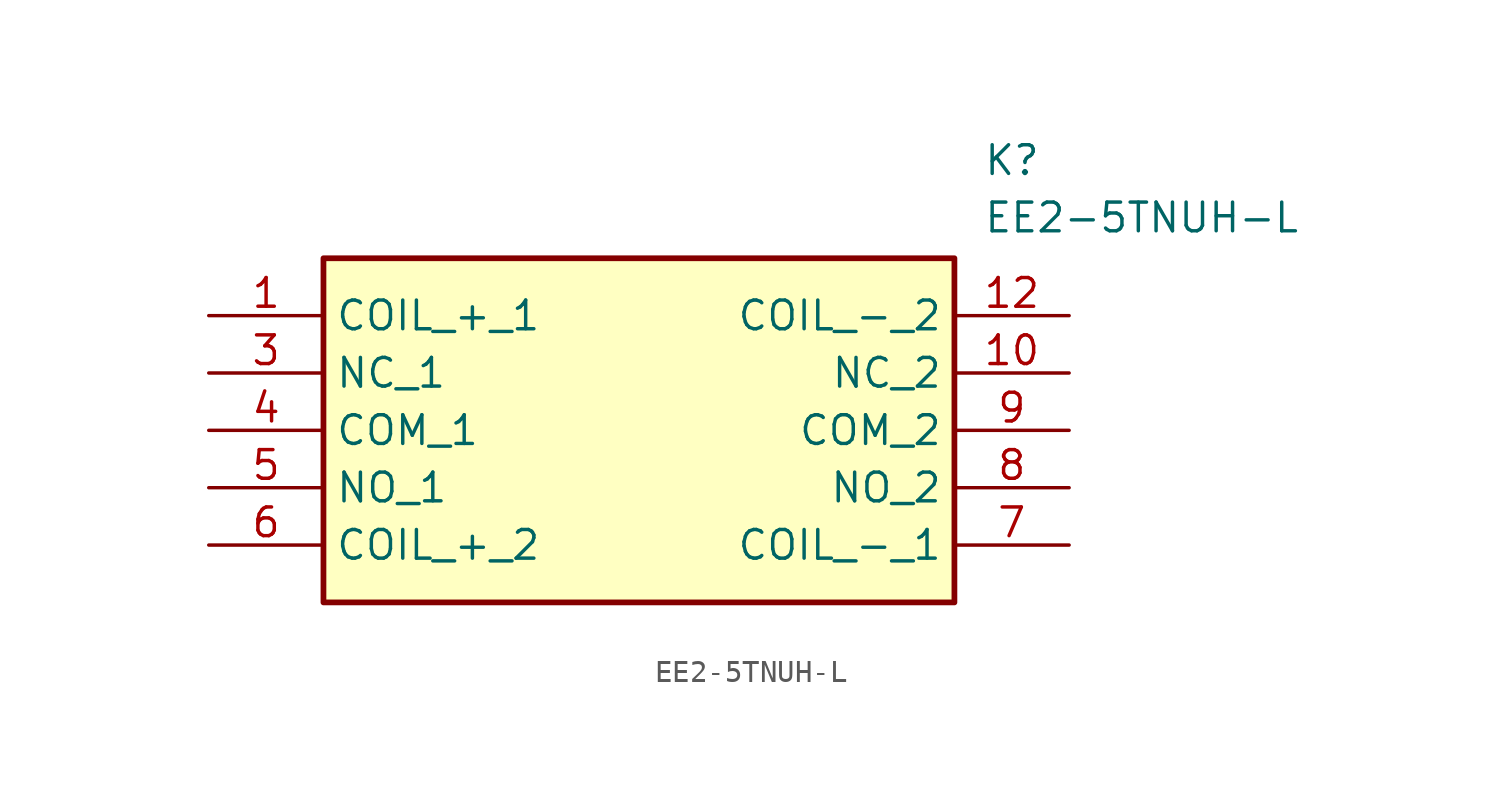
<source format=kicad_sym>
(kicad_symbol_lib
  (version 20211014)
  (generator SamacSys_ECAD_Model)
  (symbol "EE2-5TNUH-L"
    (property "Reference" "K"
      (at 34.29 7.62 0)
      (effects (font (size 1.27 1.27)) (justify left top)))
    (property "Value" "EE2-5TNUH-L"
      (at 34.29 5.08 0)
      (effects (font (size 1.27 1.27)) (justify left top)))
    (rectangle
      (start 5.08 2.54)
      (end 33.02 -12.7)
      (stroke (width 0.254) (type default))
      (fill (type background)))
    (pin passive line
      (at 0 0 0)
      (length 5.08)
      (name "COIL_+_1" (effects (font (size 1.27 1.27))))
      (number "1" (effects (font (size 1.27 1.27)))))
    (pin passive line
      (at 0 -2.54 0)
      (length 5.08)
      (name "NC_1" (effects (font (size 1.27 1.27))))
      (number "3" (effects (font (size 1.27 1.27)))))
    (pin passive line
      (at 0 -5.08 0)
      (length 5.08)
      (name "COM_1" (effects (font (size 1.27 1.27))))
      (number "4" (effects (font (size 1.27 1.27)))))
    (pin passive line
      (at 0 -7.62 0)
      (length 5.08)
      (name "NO_1" (effects (font (size 1.27 1.27))))
      (number "5" (effects (font (size 1.27 1.27)))))
    (pin passive line
      (at 0 -10.16 0)
      (length 5.08)
      (name "COIL_+_2" (effects (font (size 1.27 1.27))))
      (number "6" (effects (font (size 1.27 1.27)))))
    (pin passive line
      (at 38.1 -10.16 180)
      (length 5.08)
      (name "COIL_-_1" (effects (font (size 1.27 1.27))))
      (number "7" (effects (font (size 1.27 1.27)))))
    (pin passive line
      (at 38.1 -7.62 180)
      (length 5.08)
      (name "NO_2" (effects (font (size 1.27 1.27))))
      (number "8" (effects (font (size 1.27 1.27)))))
    (pin passive line
      (at 38.1 -5.08 180)
      (length 5.08)
      (name "COM_2" (effects (font (size 1.27 1.27))))
      (number "9" (effects (font (size 1.27 1.27)))))
    (pin passive line
      (at 38.1 -2.54 180)
      (length 5.08)
      (name "NC_2" (effects (font (size 1.27 1.27))))
      (number "10" (effects (font (size 1.27 1.27)))))
    (pin passive line
      (at 38.1 0 180)
      (length 5.08)
      (name "COIL_-_2" (effects (font (size 1.27 1.27))))
      (number "12" (effects (font (size 1.27 1.27)))))))
</source>
